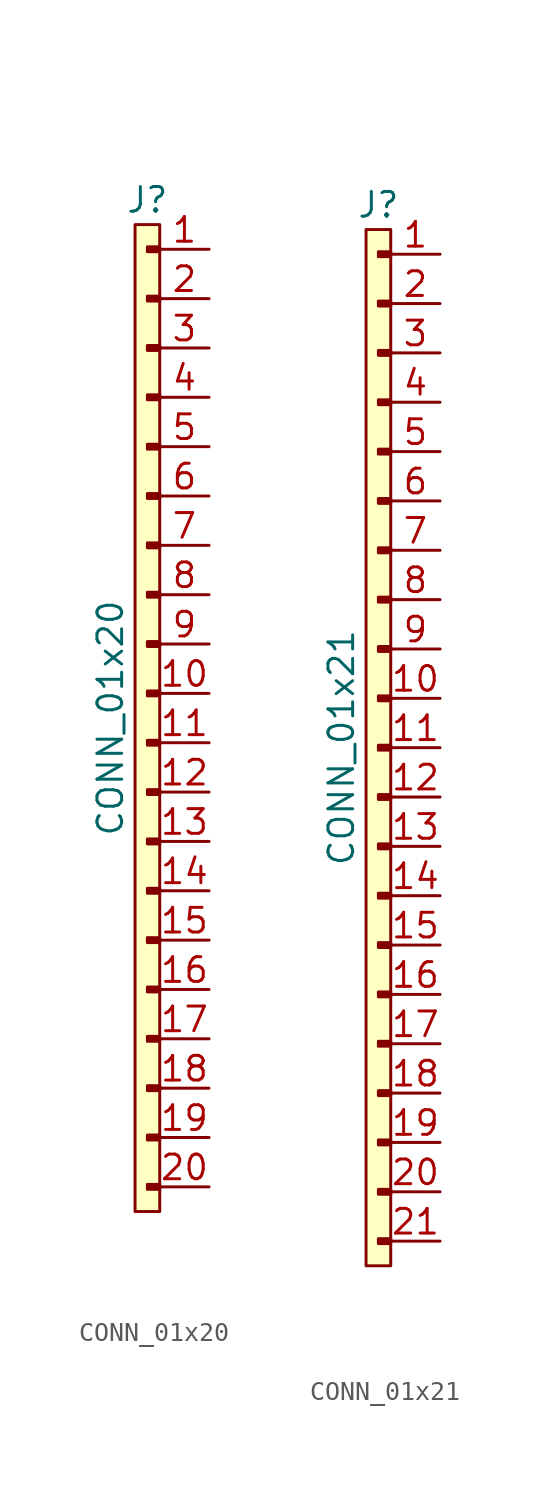
<source format=kicad_sym>
(kicad_symbol_lib
  (version 20211014)
  (generator agg_kicad.build_lib_connector)
  (symbol "CONN_01x20"
    (pin_names hide)
    (property Reference J
      (at -0.635 2.54 0)
      (effects (font (size 1.27 1.27))))
    (property Value "CONN_01x20"
      (at -2.54 -24.13 90)
      (effects (font (size 1.27 1.27))))
    (rectangle
      (start 0 -49.53)
      (end -1.27 1.27)
      (stroke (width 0) (type default) (color 0 0 0 0))
      (fill (type background)))
    (rectangle
      (start 0 0.127)
      (end -0.635 -0.127)
      (stroke (width 0) (type default) (color 0 0 0 0))
      (fill (type outline)))
    (rectangle
      (start 0 -2.413)
      (end -0.635 -2.667)
      (stroke (width 0) (type default) (color 0 0 0 0))
      (fill (type outline)))
    (rectangle
      (start 0 -4.953)
      (end -0.635 -5.207)
      (stroke (width 0) (type default) (color 0 0 0 0))
      (fill (type outline)))
    (rectangle
      (start 0 -7.493)
      (end -0.635 -7.747)
      (stroke (width 0) (type default) (color 0 0 0 0))
      (fill (type outline)))
    (rectangle
      (start 0 -10.033)
      (end -0.635 -10.287)
      (stroke (width 0) (type default) (color 0 0 0 0))
      (fill (type outline)))
    (rectangle
      (start 0 -12.573)
      (end -0.635 -12.827)
      (stroke (width 0) (type default) (color 0 0 0 0))
      (fill (type outline)))
    (rectangle
      (start 0 -15.113)
      (end -0.635 -15.367)
      (stroke (width 0) (type default) (color 0 0 0 0))
      (fill (type outline)))
    (rectangle
      (start 0 -17.653)
      (end -0.635 -17.907)
      (stroke (width 0) (type default) (color 0 0 0 0))
      (fill (type outline)))
    (rectangle
      (start 0 -20.193)
      (end -0.635 -20.447)
      (stroke (width 0) (type default) (color 0 0 0 0))
      (fill (type outline)))
    (rectangle
      (start 0 -22.733)
      (end -0.635 -22.987)
      (stroke (width 0) (type default) (color 0 0 0 0))
      (fill (type outline)))
    (rectangle
      (start 0 -25.273)
      (end -0.635 -25.527)
      (stroke (width 0) (type default) (color 0 0 0 0))
      (fill (type outline)))
    (rectangle
      (start 0 -27.813)
      (end -0.635 -28.067)
      (stroke (width 0) (type default) (color 0 0 0 0))
      (fill (type outline)))
    (rectangle
      (start 0 -30.353)
      (end -0.635 -30.607)
      (stroke (width 0) (type default) (color 0 0 0 0))
      (fill (type outline)))
    (rectangle
      (start 0 -32.893)
      (end -0.635 -33.147)
      (stroke (width 0) (type default) (color 0 0 0 0))
      (fill (type outline)))
    (rectangle
      (start 0 -35.433)
      (end -0.635 -35.687)
      (stroke (width 0) (type default) (color 0 0 0 0))
      (fill (type outline)))
    (rectangle
      (start 0 -37.973)
      (end -0.635 -38.227)
      (stroke (width 0) (type default) (color 0 0 0 0))
      (fill (type outline)))
    (rectangle
      (start 0 -40.513)
      (end -0.635 -40.767)
      (stroke (width 0) (type default) (color 0 0 0 0))
      (fill (type outline)))
    (rectangle
      (start 0 -43.053)
      (end -0.635 -43.307)
      (stroke (width 0) (type default) (color 0 0 0 0))
      (fill (type outline)))
    (rectangle
      (start 0 -45.593)
      (end -0.635 -45.847)
      (stroke (width 0) (type default) (color 0 0 0 0))
      (fill (type outline)))
    (rectangle
      (start 0 -48.133)
      (end -0.635 -48.387)
      (stroke (width 0) (type default) (color 0 0 0 0))
      (fill (type outline)))
    (pin passive line
      (at 2.54 0 180)
      (length 2.54)
      (name "1" (effects (font (size 1.27 1.27))))
      (number "1" (effects (font (size 1.27 1.27)))))
    (pin passive line
      (at 2.54 -2.54 180)
      (length 2.54)
      (name "2" (effects (font (size 1.27 1.27))))
      (number "2" (effects (font (size 1.27 1.27)))))
    (pin passive line
      (at 2.54 -5.08 180)
      (length 2.54)
      (name "3" (effects (font (size 1.27 1.27))))
      (number "3" (effects (font (size 1.27 1.27)))))
    (pin passive line
      (at 2.54 -7.62 180)
      (length 2.54)
      (name "4" (effects (font (size 1.27 1.27))))
      (number "4" (effects (font (size 1.27 1.27)))))
    (pin passive line
      (at 2.54 -10.16 180)
      (length 2.54)
      (name "5" (effects (font (size 1.27 1.27))))
      (number "5" (effects (font (size 1.27 1.27)))))
    (pin passive line
      (at 2.54 -12.7 180)
      (length 2.54)
      (name "6" (effects (font (size 1.27 1.27))))
      (number "6" (effects (font (size 1.27 1.27)))))
    (pin passive line
      (at 2.54 -15.24 180)
      (length 2.54)
      (name "7" (effects (font (size 1.27 1.27))))
      (number "7" (effects (font (size 1.27 1.27)))))
    (pin passive line
      (at 2.54 -17.78 180)
      (length 2.54)
      (name "8" (effects (font (size 1.27 1.27))))
      (number "8" (effects (font (size 1.27 1.27)))))
    (pin passive line
      (at 2.54 -20.32 180)
      (length 2.54)
      (name "9" (effects (font (size 1.27 1.27))))
      (number "9" (effects (font (size 1.27 1.27)))))
    (pin passive line
      (at 2.54 -22.86 180)
      (length 2.54)
      (name "10" (effects (font (size 1.27 1.27))))
      (number "10" (effects (font (size 1.27 1.27)))))
    (pin passive line
      (at 2.54 -25.4 180)
      (length 2.54)
      (name "11" (effects (font (size 1.27 1.27))))
      (number "11" (effects (font (size 1.27 1.27)))))
    (pin passive line
      (at 2.54 -27.94 180)
      (length 2.54)
      (name "12" (effects (font (size 1.27 1.27))))
      (number "12" (effects (font (size 1.27 1.27)))))
    (pin passive line
      (at 2.54 -30.48 180)
      (length 2.54)
      (name "13" (effects (font (size 1.27 1.27))))
      (number "13" (effects (font (size 1.27 1.27)))))
    (pin passive line
      (at 2.54 -33.02 180)
      (length 2.54)
      (name "14" (effects (font (size 1.27 1.27))))
      (number "14" (effects (font (size 1.27 1.27)))))
    (pin passive line
      (at 2.54 -35.56 180)
      (length 2.54)
      (name "15" (effects (font (size 1.27 1.27))))
      (number "15" (effects (font (size 1.27 1.27)))))
    (pin passive line
      (at 2.54 -38.1 180)
      (length 2.54)
      (name "16" (effects (font (size 1.27 1.27))))
      (number "16" (effects (font (size 1.27 1.27)))))
    (pin passive line
      (at 2.54 -40.64 180)
      (length 2.54)
      (name "17" (effects (font (size 1.27 1.27))))
      (number "17" (effects (font (size 1.27 1.27)))))
    (pin passive line
      (at 2.54 -43.18 180)
      (length 2.54)
      (name "18" (effects (font (size 1.27 1.27))))
      (number "18" (effects (font (size 1.27 1.27)))))
    (pin passive line
      (at 2.54 -45.72 180)
      (length 2.54)
      (name "19" (effects (font (size 1.27 1.27))))
      (number "19" (effects (font (size 1.27 1.27)))))
    (pin passive line
      (at 2.54 -48.26 180)
      (length 2.54)
      (name "20" (effects (font (size 1.27 1.27))))
      (number "20" (effects (font (size 1.27 1.27))))))
  (symbol "CONN_01x21"
    (pin_names hide)
    (property Reference J
      (at -0.635 2.54 0)
      (effects (font (size 1.27 1.27))))
    (property Value "CONN_01x21"
      (at -2.54 -25.4 90)
      (effects (font (size 1.27 1.27))))
    (rectangle
      (start 0 -52.07)
      (end -1.27 1.27)
      (stroke (width 0) (type default) (color 0 0 0 0))
      (fill (type background)))
    (rectangle
      (start 0 0.127)
      (end -0.635 -0.127)
      (stroke (width 0) (type default) (color 0 0 0 0))
      (fill (type outline)))
    (rectangle
      (start 0 -2.413)
      (end -0.635 -2.667)
      (stroke (width 0) (type default) (color 0 0 0 0))
      (fill (type outline)))
    (rectangle
      (start 0 -4.953)
      (end -0.635 -5.207)
      (stroke (width 0) (type default) (color 0 0 0 0))
      (fill (type outline)))
    (rectangle
      (start 0 -7.493)
      (end -0.635 -7.747)
      (stroke (width 0) (type default) (color 0 0 0 0))
      (fill (type outline)))
    (rectangle
      (start 0 -10.033)
      (end -0.635 -10.287)
      (stroke (width 0) (type default) (color 0 0 0 0))
      (fill (type outline)))
    (rectangle
      (start 0 -12.573)
      (end -0.635 -12.827)
      (stroke (width 0) (type default) (color 0 0 0 0))
      (fill (type outline)))
    (rectangle
      (start 0 -15.113)
      (end -0.635 -15.367)
      (stroke (width 0) (type default) (color 0 0 0 0))
      (fill (type outline)))
    (rectangle
      (start 0 -17.653)
      (end -0.635 -17.907)
      (stroke (width 0) (type default) (color 0 0 0 0))
      (fill (type outline)))
    (rectangle
      (start 0 -20.193)
      (end -0.635 -20.447)
      (stroke (width 0) (type default) (color 0 0 0 0))
      (fill (type outline)))
    (rectangle
      (start 0 -22.733)
      (end -0.635 -22.987)
      (stroke (width 0) (type default) (color 0 0 0 0))
      (fill (type outline)))
    (rectangle
      (start 0 -25.273)
      (end -0.635 -25.527)
      (stroke (width 0) (type default) (color 0 0 0 0))
      (fill (type outline)))
    (rectangle
      (start 0 -27.813)
      (end -0.635 -28.067)
      (stroke (width 0) (type default) (color 0 0 0 0))
      (fill (type outline)))
    (rectangle
      (start 0 -30.353)
      (end -0.635 -30.607)
      (stroke (width 0) (type default) (color 0 0 0 0))
      (fill (type outline)))
    (rectangle
      (start 0 -32.893)
      (end -0.635 -33.147)
      (stroke (width 0) (type default) (color 0 0 0 0))
      (fill (type outline)))
    (rectangle
      (start 0 -35.433)
      (end -0.635 -35.687)
      (stroke (width 0) (type default) (color 0 0 0 0))
      (fill (type outline)))
    (rectangle
      (start 0 -37.973)
      (end -0.635 -38.227)
      (stroke (width 0) (type default) (color 0 0 0 0))
      (fill (type outline)))
    (rectangle
      (start 0 -40.513)
      (end -0.635 -40.767)
      (stroke (width 0) (type default) (color 0 0 0 0))
      (fill (type outline)))
    (rectangle
      (start 0 -43.053)
      (end -0.635 -43.307)
      (stroke (width 0) (type default) (color 0 0 0 0))
      (fill (type outline)))
    (rectangle
      (start 0 -45.593)
      (end -0.635 -45.847)
      (stroke (width 0) (type default) (color 0 0 0 0))
      (fill (type outline)))
    (rectangle
      (start 0 -48.133)
      (end -0.635 -48.387)
      (stroke (width 0) (type default) (color 0 0 0 0))
      (fill (type outline)))
    (rectangle
      (start 0 -50.673)
      (end -0.635 -50.927)
      (stroke (width 0) (type default) (color 0 0 0 0))
      (fill (type outline)))
    (pin passive line
      (at 2.54 0 180)
      (length 2.54)
      (name "1" (effects (font (size 1.27 1.27))))
      (number "1" (effects (font (size 1.27 1.27)))))
    (pin passive line
      (at 2.54 -2.54 180)
      (length 2.54)
      (name "2" (effects (font (size 1.27 1.27))))
      (number "2" (effects (font (size 1.27 1.27)))))
    (pin passive line
      (at 2.54 -5.08 180)
      (length 2.54)
      (name "3" (effects (font (size 1.27 1.27))))
      (number "3" (effects (font (size 1.27 1.27)))))
    (pin passive line
      (at 2.54 -7.62 180)
      (length 2.54)
      (name "4" (effects (font (size 1.27 1.27))))
      (number "4" (effects (font (size 1.27 1.27)))))
    (pin passive line
      (at 2.54 -10.16 180)
      (length 2.54)
      (name "5" (effects (font (size 1.27 1.27))))
      (number "5" (effects (font (size 1.27 1.27)))))
    (pin passive line
      (at 2.54 -12.7 180)
      (length 2.54)
      (name "6" (effects (font (size 1.27 1.27))))
      (number "6" (effects (font (size 1.27 1.27)))))
    (pin passive line
      (at 2.54 -15.24 180)
      (length 2.54)
      (name "7" (effects (font (size 1.27 1.27))))
      (number "7" (effects (font (size 1.27 1.27)))))
    (pin passive line
      (at 2.54 -17.78 180)
      (length 2.54)
      (name "8" (effects (font (size 1.27 1.27))))
      (number "8" (effects (font (size 1.27 1.27)))))
    (pin passive line
      (at 2.54 -20.32 180)
      (length 2.54)
      (name "9" (effects (font (size 1.27 1.27))))
      (number "9" (effects (font (size 1.27 1.27)))))
    (pin passive line
      (at 2.54 -22.86 180)
      (length 2.54)
      (name "10" (effects (font (size 1.27 1.27))))
      (number "10" (effects (font (size 1.27 1.27)))))
    (pin passive line
      (at 2.54 -25.4 180)
      (length 2.54)
      (name "11" (effects (font (size 1.27 1.27))))
      (number "11" (effects (font (size 1.27 1.27)))))
    (pin passive line
      (at 2.54 -27.94 180)
      (length 2.54)
      (name "12" (effects (font (size 1.27 1.27))))
      (number "12" (effects (font (size 1.27 1.27)))))
    (pin passive line
      (at 2.54 -30.48 180)
      (length 2.54)
      (name "13" (effects (font (size 1.27 1.27))))
      (number "13" (effects (font (size 1.27 1.27)))))
    (pin passive line
      (at 2.54 -33.02 180)
      (length 2.54)
      (name "14" (effects (font (size 1.27 1.27))))
      (number "14" (effects (font (size 1.27 1.27)))))
    (pin passive line
      (at 2.54 -35.56 180)
      (length 2.54)
      (name "15" (effects (font (size 1.27 1.27))))
      (number "15" (effects (font (size 1.27 1.27)))))
    (pin passive line
      (at 2.54 -38.1 180)
      (length 2.54)
      (name "16" (effects (font (size 1.27 1.27))))
      (number "16" (effects (font (size 1.27 1.27)))))
    (pin passive line
      (at 2.54 -40.64 180)
      (length 2.54)
      (name "17" (effects (font (size 1.27 1.27))))
      (number "17" (effects (font (size 1.27 1.27)))))
    (pin passive line
      (at 2.54 -43.18 180)
      (length 2.54)
      (name "18" (effects (font (size 1.27 1.27))))
      (number "18" (effects (font (size 1.27 1.27)))))
    (pin passive line
      (at 2.54 -45.72 180)
      (length 2.54)
      (name "19" (effects (font (size 1.27 1.27))))
      (number "19" (effects (font (size 1.27 1.27)))))
    (pin passive line
      (at 2.54 -48.26 180)
      (length 2.54)
      (name "20" (effects (font (size 1.27 1.27))))
      (number "20" (effects (font (size 1.27 1.27)))))
    (pin passive line
      (at 2.54 -50.8 180)
      (length 2.54)
      (name "21" (effects (font (size 1.27 1.27))))
      (number "21" (effects (font (size 1.27 1.27)))))))
</source>
